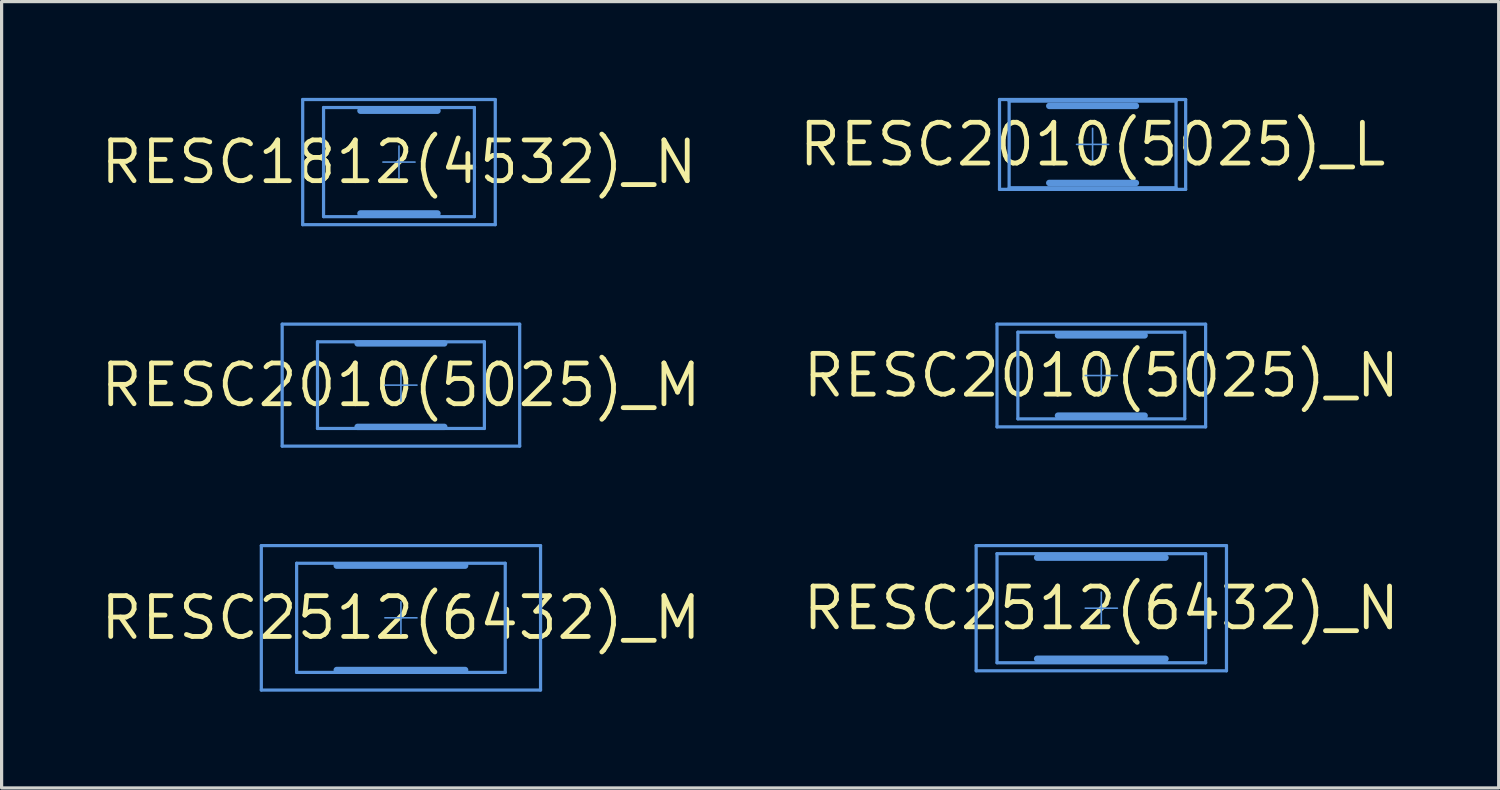
<source format=kicad_pcb>
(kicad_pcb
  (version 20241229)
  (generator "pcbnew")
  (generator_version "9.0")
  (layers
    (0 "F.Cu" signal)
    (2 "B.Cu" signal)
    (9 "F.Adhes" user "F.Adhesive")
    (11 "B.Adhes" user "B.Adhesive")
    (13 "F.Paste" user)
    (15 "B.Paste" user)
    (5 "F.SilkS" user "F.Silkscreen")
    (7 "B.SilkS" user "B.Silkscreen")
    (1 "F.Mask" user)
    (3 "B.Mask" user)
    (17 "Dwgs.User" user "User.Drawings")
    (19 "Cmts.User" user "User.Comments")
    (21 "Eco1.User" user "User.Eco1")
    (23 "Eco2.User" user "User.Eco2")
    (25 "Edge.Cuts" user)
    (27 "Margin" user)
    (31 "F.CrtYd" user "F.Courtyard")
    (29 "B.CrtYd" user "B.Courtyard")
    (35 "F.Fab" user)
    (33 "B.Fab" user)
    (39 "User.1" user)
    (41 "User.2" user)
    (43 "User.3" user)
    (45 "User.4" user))
  (footprint "RESC2010(5025)_L"
    (layer "F.Cu")
    (at 30.992 1.45)
    (property "Reference" "RESC2010(5025)_L" (at 0 0 0) (layer "F.SilkS") (effects (font (size 1.27 1.27) (thickness 0.15))))
    (attr through_hole)
    (fp_line (start -2.9 -1.4) (end 2.9 -1.4) (stroke (width 0.05) (type solid)) (layer "Cmts.User"))
    (fp_line (start -2.9 -1.4) (end 2.9 -1.4) (stroke (width 0.1) (type solid)) (layer "Cmts.User"))
    (fp_line (start -2.9 1.4) (end -2.9 -1.4) (stroke (width 0.05) (type solid)) (layer "Cmts.User"))
    (fp_line (start -2.9 1.4) (end -2.9 -1.4) (stroke (width 0.1) (type solid)) (layer "Cmts.User"))
    (fp_line (start -2.9 1.4) (end 2.9 1.4) (stroke (width 0.05) (type solid)) (layer "Cmts.User"))
    (fp_line (start -2.9 1.4) (end 2.9 1.4) (stroke (width 0.1) (type solid)) (layer "Cmts.User"))
    (fp_line (start -2.6 -1.35) (end 2.6 -1.35) (stroke (width 0.1) (type solid)) (layer "Cmts.User"))
    (fp_line (start -2.6 1.35) (end -2.6 -1.35) (stroke (width 0.1) (type solid)) (layer "Cmts.User"))
    (fp_line (start -2.6 1.35) (end 2.6 1.35) (stroke (width 0.1) (type solid)) (layer "Cmts.User"))
    (fp_line (start -1.35 -1.2) (end 1.35 -1.2) (stroke (width 0.2) (type solid)) (layer "Cmts.User"))
    (fp_line (start -1.35 1.2) (end 1.35 1.2) (stroke (width 0.2) (type solid)) (layer "Cmts.User"))
    (fp_line (start -0.5 0) (end 0.5 0) (stroke (width 0.05) (type solid)) (layer "Cmts.User"))
    (fp_line (start 0 0.5) (end 0 -0.5) (stroke (width 0.05) (type solid)) (layer "Cmts.User"))
    (fp_line (start 2.6 1.35) (end 2.6 -1.35) (stroke (width 0.1) (type solid)) (layer "Cmts.User"))
    (fp_line (start 2.9 1.4) (end 2.9 -1.4) (stroke (width 0.05) (type solid)) (layer "Cmts.User"))
    (fp_line (start 2.9 1.4) (end 2.9 -1.4) (stroke (width 0.1) (type solid)) (layer "Cmts.User")))
  (footprint "RESC2512(6432)_M"
    (layer "F.Cu")
    (at 9.442 16.2)
    (property "Reference" "RESC2512(6432)_M" (at 0 0 0) (layer "F.SilkS") (effects (font (size 1.27 1.27) (thickness 0.15))))
    (attr through_hole)
    (fp_line (start -4.35 -2.25) (end 4.35 -2.25) (stroke (width 0.05) (type solid)) (layer "Cmts.User"))
    (fp_line (start -4.35 -2.25) (end 4.35 -2.25) (stroke (width 0.1) (type solid)) (layer "Cmts.User"))
    (fp_line (start -4.35 2.25) (end -4.35 -2.25) (stroke (width 0.05) (type solid)) (layer "Cmts.User"))
    (fp_line (start -4.35 2.25) (end -4.35 -2.25) (stroke (width 0.1) (type solid)) (layer "Cmts.User"))
    (fp_line (start -4.35 2.25) (end 4.35 2.25) (stroke (width 0.05) (type solid)) (layer "Cmts.User"))
    (fp_line (start -4.35 2.25) (end 4.35 2.25) (stroke (width 0.1) (type solid)) (layer "Cmts.User"))
    (fp_line (start -3.25 -1.7) (end 3.25 -1.7) (stroke (width 0.1) (type solid)) (layer "Cmts.User"))
    (fp_line (start -3.25 1.7) (end -3.25 -1.7) (stroke (width 0.1) (type solid)) (layer "Cmts.User"))
    (fp_line (start -3.25 1.7) (end 3.25 1.7) (stroke (width 0.1) (type solid)) (layer "Cmts.User"))
    (fp_line (start -2 -1.625) (end 2 -1.625) (stroke (width 0.2) (type solid)) (layer "Cmts.User"))
    (fp_line (start -2 1.625) (end 2 1.625) (stroke (width 0.2) (type solid)) (layer "Cmts.User"))
    (fp_line (start -0.5 0) (end 0.5 0) (stroke (width 0.05) (type solid)) (layer "Cmts.User"))
    (fp_line (start 0 0.5) (end 0 -0.5) (stroke (width 0.05) (type solid)) (layer "Cmts.User"))
    (fp_line (start 3.25 1.7) (end 3.25 -1.7) (stroke (width 0.1) (type solid)) (layer "Cmts.User"))
    (fp_line (start 4.35 2.25) (end 4.35 -2.25) (stroke (width 0.05) (type solid)) (layer "Cmts.User"))
    (fp_line (start 4.35 2.25) (end 4.35 -2.25) (stroke (width 0.1) (type solid)) (layer "Cmts.User")))
  (footprint "RESC2010(5025)_N"
    (layer "F.Cu")
    (at 31.264 8.65)
    (property "Reference" "RESC2010(5025)_N" (at 0 0 0) (layer "F.SilkS") (effects (font (size 1.27 1.27) (thickness 0.15))))
    (attr through_hole)
    (fp_line (start -3.25 -1.6) (end 3.25 -1.6) (stroke (width 0.05) (type solid)) (layer "Cmts.User"))
    (fp_line (start -3.25 -1.6) (end 3.25 -1.6) (stroke (width 0.1) (type solid)) (layer "Cmts.User"))
    (fp_line (start -3.25 1.6) (end -3.25 -1.6) (stroke (width 0.05) (type solid)) (layer "Cmts.User"))
    (fp_line (start -3.25 1.6) (end -3.25 -1.6) (stroke (width 0.1) (type solid)) (layer "Cmts.User"))
    (fp_line (start -3.25 1.6) (end 3.25 1.6) (stroke (width 0.05) (type solid)) (layer "Cmts.User"))
    (fp_line (start -3.25 1.6) (end 3.25 1.6) (stroke (width 0.1) (type solid)) (layer "Cmts.User"))
    (fp_line (start -2.6 -1.35) (end 2.6 -1.35) (stroke (width 0.1) (type solid)) (layer "Cmts.User"))
    (fp_line (start -2.6 1.35) (end -2.6 -1.35) (stroke (width 0.1) (type solid)) (layer "Cmts.User"))
    (fp_line (start -2.6 1.35) (end 2.6 1.35) (stroke (width 0.1) (type solid)) (layer "Cmts.User"))
    (fp_line (start -1.35 -1.25) (end 1.35 -1.25) (stroke (width 0.2) (type solid)) (layer "Cmts.User"))
    (fp_line (start -1.35 1.25) (end 1.35 1.25) (stroke (width 0.2) (type solid)) (layer "Cmts.User"))
    (fp_line (start -0.5 0) (end 0.5 0) (stroke (width 0.05) (type solid)) (layer "Cmts.User"))
    (fp_line (start 0 0.5) (end 0 -0.5) (stroke (width 0.05) (type solid)) (layer "Cmts.User"))
    (fp_line (start 2.6 1.35) (end 2.6 -1.35) (stroke (width 0.1) (type solid)) (layer "Cmts.User"))
    (fp_line (start 3.25 1.6) (end 3.25 -1.6) (stroke (width 0.05) (type solid)) (layer "Cmts.User"))
    (fp_line (start 3.25 1.6) (end 3.25 -1.6) (stroke (width 0.1) (type solid)) (layer "Cmts.User")))
  (footprint "RESC2512(6432)_N"
    (layer "F.Cu")
    (at 31.264 15.9)
    (property "Reference" "RESC2512(6432)_N" (at 0 0 0) (layer "F.SilkS") (effects (font (size 1.27 1.27) (thickness 0.15))))
    (attr through_hole)
    (fp_line (start -3.9 -1.95) (end 3.9 -1.95) (stroke (width 0.05) (type solid)) (layer "Cmts.User"))
    (fp_line (start -3.9 -1.95) (end 3.9 -1.95) (stroke (width 0.1) (type solid)) (layer "Cmts.User"))
    (fp_line (start -3.9 1.95) (end -3.9 -1.95) (stroke (width 0.05) (type solid)) (layer "Cmts.User"))
    (fp_line (start -3.9 1.95) (end -3.9 -1.95) (stroke (width 0.1) (type solid)) (layer "Cmts.User"))
    (fp_line (start -3.9 1.95) (end 3.9 1.95) (stroke (width 0.05) (type solid)) (layer "Cmts.User"))
    (fp_line (start -3.9 1.95) (end 3.9 1.95) (stroke (width 0.1) (type solid)) (layer "Cmts.User"))
    (fp_line (start -3.25 -1.7) (end 3.25 -1.7) (stroke (width 0.1) (type solid)) (layer "Cmts.User"))
    (fp_line (start -3.25 1.7) (end -3.25 -1.7) (stroke (width 0.1) (type solid)) (layer "Cmts.User"))
    (fp_line (start -3.25 1.7) (end 3.25 1.7) (stroke (width 0.1) (type solid)) (layer "Cmts.User"))
    (fp_line (start -2 -1.575) (end 2 -1.575) (stroke (width 0.2) (type solid)) (layer "Cmts.User"))
    (fp_line (start -2 1.575) (end 2 1.575) (stroke (width 0.2) (type solid)) (layer "Cmts.User"))
    (fp_line (start -0.5 0) (end 0.5 0) (stroke (width 0.05) (type solid)) (layer "Cmts.User"))
    (fp_line (start 0 0.5) (end 0 -0.5) (stroke (width 0.05) (type solid)) (layer "Cmts.User"))
    (fp_line (start 3.25 1.7) (end 3.25 -1.7) (stroke (width 0.1) (type solid)) (layer "Cmts.User"))
    (fp_line (start 3.9 1.95) (end 3.9 -1.95) (stroke (width 0.05) (type solid)) (layer "Cmts.User"))
    (fp_line (start 3.9 1.95) (end 3.9 -1.95) (stroke (width 0.1) (type solid)) (layer "Cmts.User")))
  (footprint "RESC1812(4532)_N"
    (layer "F.Cu")
    (at 9.381 2)
    (property "Reference" "RESC1812(4532)_N" (at 0 0 0) (layer "F.SilkS") (effects (font (size 1.27 1.27) (thickness 0.15))))
    (attr through_hole)
    (fp_line (start -3 -1.95) (end 3 -1.95) (stroke (width 0.05) (type solid)) (layer "Cmts.User"))
    (fp_line (start -3 -1.95) (end 3 -1.95) (stroke (width 0.1) (type solid)) (layer "Cmts.User"))
    (fp_line (start -3 1.95) (end -3 -1.95) (stroke (width 0.05) (type solid)) (layer "Cmts.User"))
    (fp_line (start -3 1.95) (end -3 -1.95) (stroke (width 0.1) (type solid)) (layer "Cmts.User"))
    (fp_line (start -3 1.95) (end 3 1.95) (stroke (width 0.05) (type solid)) (layer "Cmts.User"))
    (fp_line (start -3 1.95) (end 3 1.95) (stroke (width 0.1) (type solid)) (layer "Cmts.User"))
    (fp_line (start -2.35 -1.7) (end 2.35 -1.7) (stroke (width 0.1) (type solid)) (layer "Cmts.User"))
    (fp_line (start -2.35 1.7) (end -2.35 -1.7) (stroke (width 0.1) (type solid)) (layer "Cmts.User"))
    (fp_line (start -2.35 1.7) (end 2.35 1.7) (stroke (width 0.1) (type solid)) (layer "Cmts.User"))
    (fp_line (start -1.2 -1.6) (end 1.2 -1.6) (stroke (width 0.2) (type solid)) (layer "Cmts.User"))
    (fp_line (start -1.2 1.6) (end 1.2 1.6) (stroke (width 0.2) (type solid)) (layer "Cmts.User"))
    (fp_line (start -0.5 0) (end 0.5 0) (stroke (width 0.05) (type solid)) (layer "Cmts.User"))
    (fp_line (start 0 0.5) (end 0 -0.5) (stroke (width 0.05) (type solid)) (layer "Cmts.User"))
    (fp_line (start 2.35 1.7) (end 2.35 -1.7) (stroke (width 0.1) (type solid)) (layer "Cmts.User"))
    (fp_line (start 3 1.95) (end 3 -1.95) (stroke (width 0.05) (type solid)) (layer "Cmts.User"))
    (fp_line (start 3 1.95) (end 3 -1.95) (stroke (width 0.1) (type solid)) (layer "Cmts.User")))
  (footprint "RESC2010(5025)_M"
    (layer "F.Cu")
    (at 9.442 8.95)
    (property "Reference" "RESC2010(5025)_M" (at 0 0 0) (layer "F.SilkS") (effects (font (size 1.27 1.27) (thickness 0.15))))
    (attr through_hole)
    (fp_line (start -3.7 -1.9) (end 3.7 -1.9) (stroke (width 0.05) (type solid)) (layer "Cmts.User"))
    (fp_line (start -3.7 -1.9) (end 3.7 -1.9) (stroke (width 0.1) (type solid)) (layer "Cmts.User"))
    (fp_line (start -3.7 1.9) (end -3.7 -1.9) (stroke (width 0.05) (type solid)) (layer "Cmts.User"))
    (fp_line (start -3.7 1.9) (end -3.7 -1.9) (stroke (width 0.1) (type solid)) (layer "Cmts.User"))
    (fp_line (start -3.7 1.9) (end 3.7 1.9) (stroke (width 0.05) (type solid)) (layer "Cmts.User"))
    (fp_line (start -3.7 1.9) (end 3.7 1.9) (stroke (width 0.1) (type solid)) (layer "Cmts.User"))
    (fp_line (start -2.6 -1.35) (end 2.6 -1.35) (stroke (width 0.1) (type solid)) (layer "Cmts.User"))
    (fp_line (start -2.6 1.35) (end -2.6 -1.35) (stroke (width 0.1) (type solid)) (layer "Cmts.User"))
    (fp_line (start -2.6 1.35) (end 2.6 1.35) (stroke (width 0.1) (type solid)) (layer "Cmts.User"))
    (fp_line (start -1.35 -1.3) (end 1.35 -1.3) (stroke (width 0.2) (type solid)) (layer "Cmts.User"))
    (fp_line (start -1.35 1.3) (end 1.35 1.3) (stroke (width 0.2) (type solid)) (layer "Cmts.User"))
    (fp_line (start -0.5 0) (end 0.5 0) (stroke (width 0.05) (type solid)) (layer "Cmts.User"))
    (fp_line (start 0 0.5) (end 0 -0.5) (stroke (width 0.05) (type solid)) (layer "Cmts.User"))
    (fp_line (start 2.6 1.35) (end 2.6 -1.35) (stroke (width 0.1) (type solid)) (layer "Cmts.User"))
    (fp_line (start 3.7 1.9) (end 3.7 -1.9) (stroke (width 0.05) (type solid)) (layer "Cmts.User"))
    (fp_line (start 3.7 1.9) (end 3.7 -1.9) (stroke (width 0.1) (type solid)) (layer "Cmts.User")))
  (gr_rect
    (start -3 -3)
    (end 43.645 21.5)
    (stroke (width 0.1) (type default))
    (fill no)
    (layer "Edge.Cuts")))
</source>
